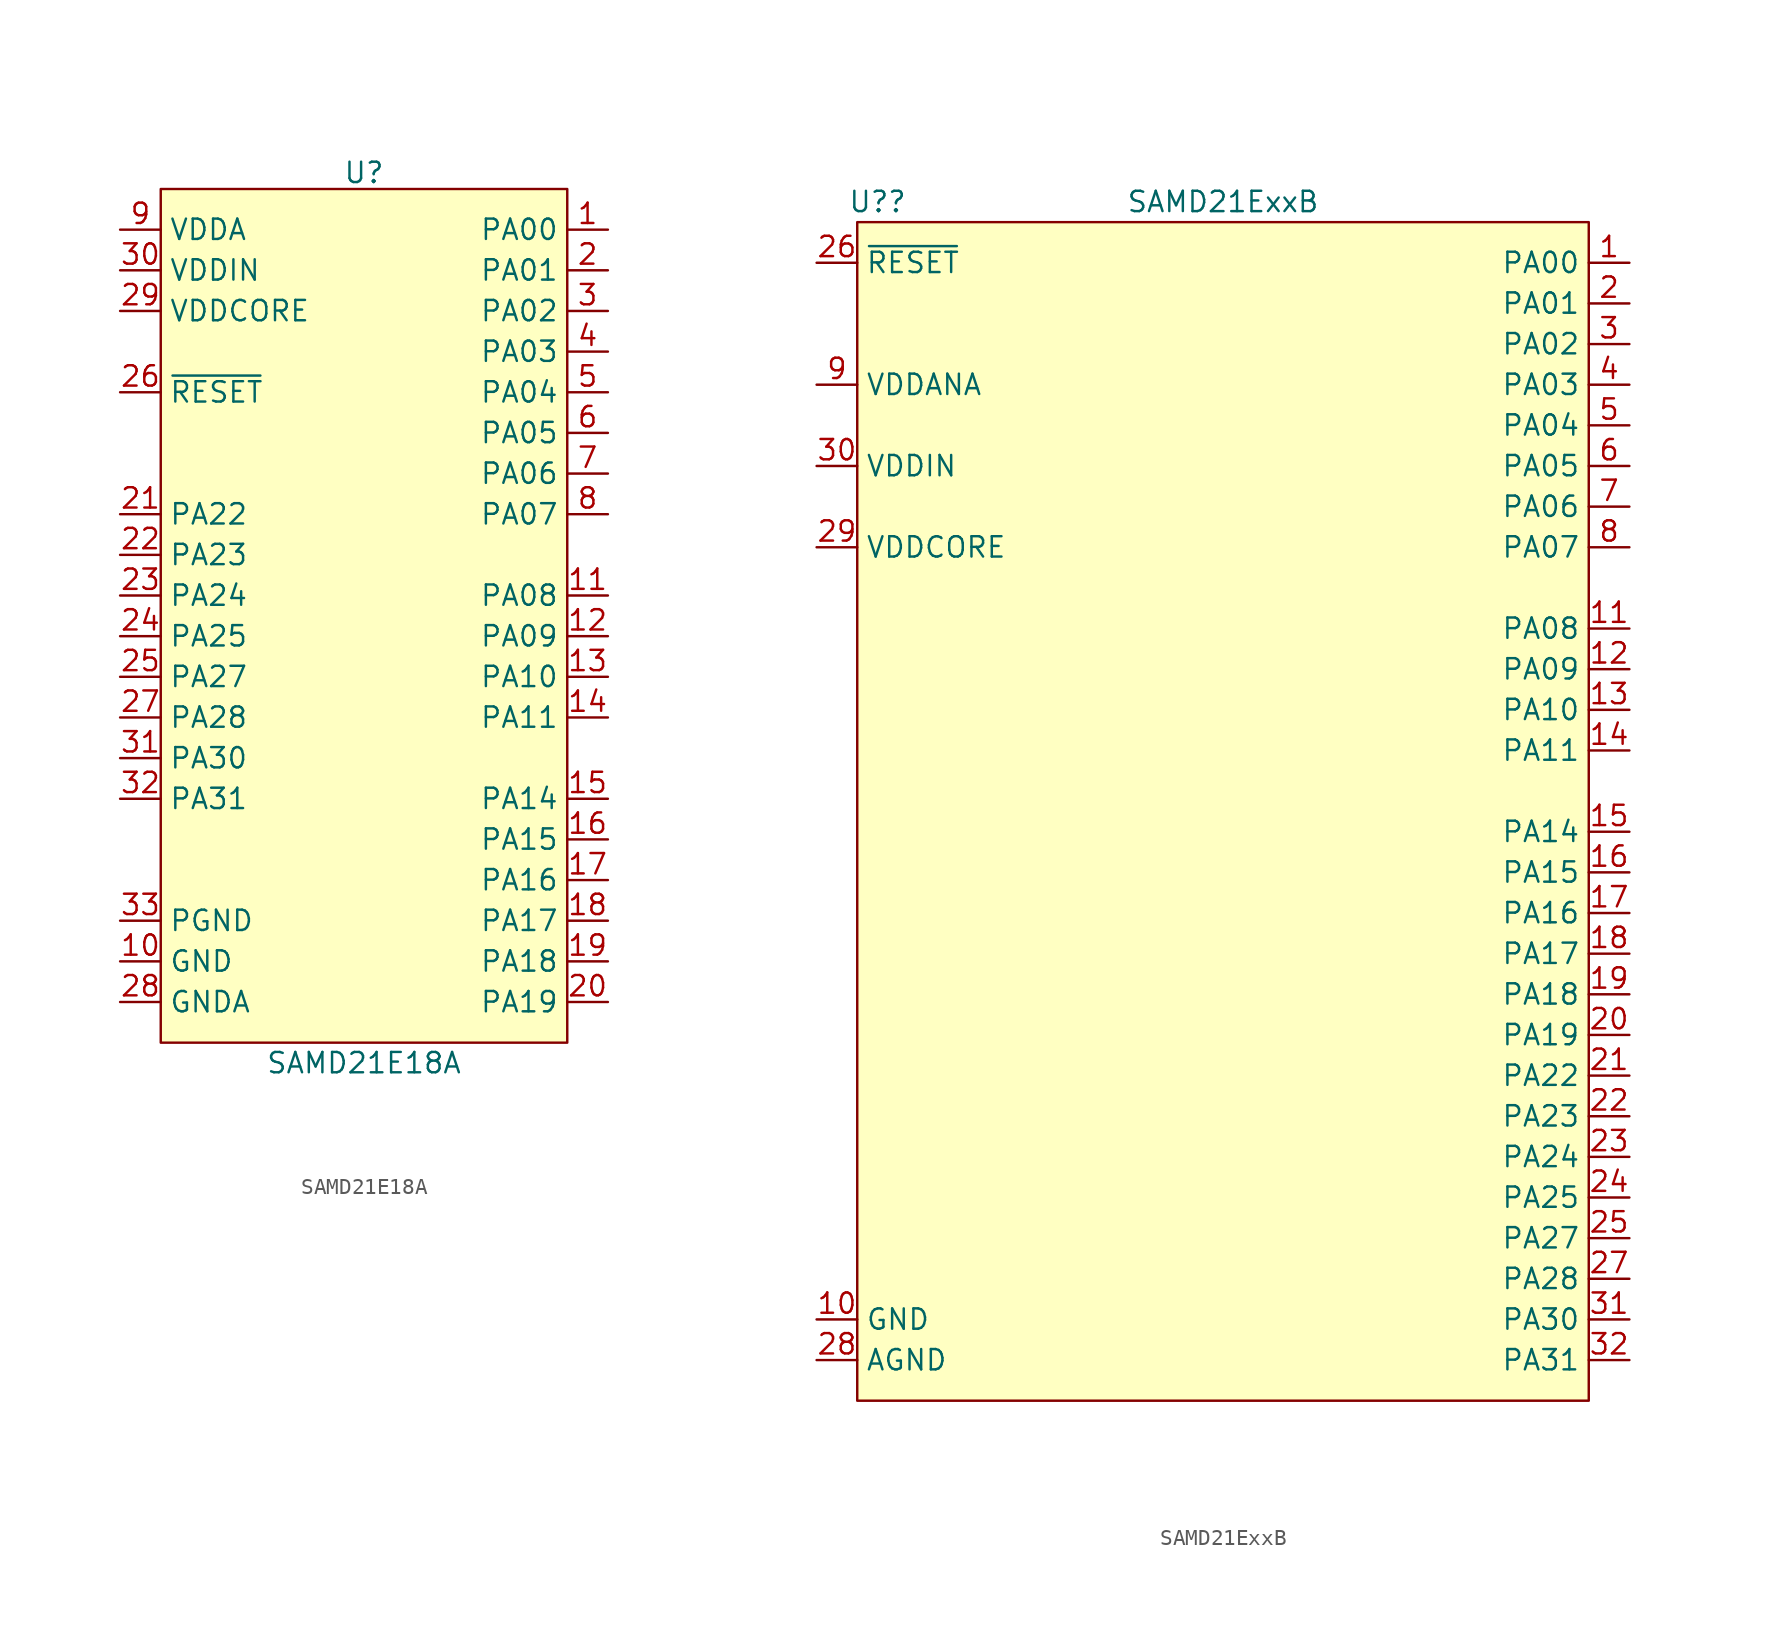
<source format=kicad_sym>
(kicad_symbol_lib
  (version 20231120)
  (generator "kicad_symbol_editor")
  (generator_version "8.0")
  (symbol "SAMD21E18A"
    (property "Reference" "U"
      (at 0 27.686 0)
      (do_not_autoplace)
      (effects (font (size 1.27 1.27))))
    (property "Value" "SAMD21E18A"
      (at 0 -27.94 0)
      (do_not_autoplace)
      (effects (font (size 1.27 1.27))))
    (symbol "SAMD21E18A_0_0"
      (pin passive line (at -15.24 -21.59 0) (length 2.54) (name "GND" (effects (font (size 1.27 1.27)))) (number "10" (effects (font (size 1.27 1.27)))))
      (pin input line (at -15.24 13.97 0) (length 2.54) (name "~{RESET}" (effects (font (size 1.27 1.27)))) (number "26" (effects (font (size 1.27 1.27)))))
      (pin power_out line (at -15.24 19.05 0) (length 2.54) (name "VDDCORE" (effects (font (size 1.27 1.27)))) (number "29" (effects (font (size 1.27 1.27)))))
      (pin power_in line (at -15.24 21.59 0) (length 2.54) (name "VDDIN" (effects (font (size 1.27 1.27)))) (number "30" (effects (font (size 1.27 1.27))))))
    (symbol "SAMD21E18A_1_0"
      (pin bidirectional line (at 15.24 24.13 180) (length 2.54) (name "PA00" (effects (font (size 1.27 1.27)))) (number "1" (effects (font (size 1.27 1.27)))) (alternate "EINT0" input line) (alternate "SERCOM1.0" bidirectional line))
      (pin bidirectional line (at 15.24 1.27 180) (length 2.54) (name "PA08" (effects (font (size 1.27 1.27)))) (number "11" (effects (font (size 1.27 1.27)))) (alternate "AIN16" bidirectional line) (alternate "I2C" bidirectional line) (alternate "I2SD1" bidirectional line) (alternate "SERCOM0+2.0" bidirectional line))
      (pin bidirectional line (at 15.24 -1.27 180) (length 2.54) (name "PA09" (effects (font (size 1.27 1.27)))) (number "12" (effects (font (size 1.27 1.27)))) (alternate "AIN17" bidirectional line) (alternate "EINT9" input line) (alternate "I2C" bidirectional line) (alternate "I2SMC" bidirectional line) (alternate "SERCOM0+2.1" bidirectional line))
      (pin bidirectional line (at 15.24 -3.81 180) (length 2.54) (name "PA10" (effects (font (size 1.27 1.27)))) (number "13" (effects (font (size 1.27 1.27)))) (alternate "AIN17" bidirectional line) (alternate "EINT10" input line) (alternate "I2C" bidirectional line) (alternate "SERCOM0+2.1/I2SMC" bidirectional line))
      (pin bidirectional line (at 15.24 -6.35 180) (length 2.54) (name "PA11" (effects (font (size 1.27 1.27)))) (number "14" (effects (font (size 1.27 1.27)))) (alternate "AIN19" bidirectional line) (alternate "EINT11" input line) (alternate "I2SF0" bidirectional line) (alternate "SERCOM0+2.3" bidirectional line))
      (pin bidirectional line (at 15.24 -11.43 180) (length 2.54) (name "PA14" (effects (font (size 1.27 1.27)))) (number "15" (effects (font (size 1.27 1.27)))) (alternate "EINT14" input line) (alternate "SERCOM2+4.2" bidirectional line))
      (pin bidirectional line (at 15.24 -13.97 180) (length 2.54) (name "PA15" (effects (font (size 1.27 1.27)))) (number "16" (effects (font (size 1.27 1.27)))) (alternate "EINT15" input line) (alternate "SERCOM3+4.3" bidirectional line))
      (pin bidirectional line (at 15.24 -16.51 180) (length 2.54) (name "PA16" (effects (font (size 1.27 1.27)))) (number "17" (effects (font (size 1.27 1.27)))) (alternate "EINT0" input line) (alternate "I2C" bidirectional line) (alternate "SERCOM1+3.0" bidirectional line))
      (pin bidirectional line (at 15.24 -19.05 180) (length 2.54) (name "PA17" (effects (font (size 1.27 1.27)))) (number "18" (effects (font (size 1.27 1.27)))) (alternate "EINT1" input line) (alternate "I2C" bidirectional line) (alternate "SERCOM1+3.2" bidirectional line))
      (pin bidirectional line (at 15.24 -21.59 180) (length 2.54) (name "PA18" (effects (font (size 1.27 1.27)))) (number "19" (effects (font (size 1.27 1.27)))) (alternate "EINT2" input line) (alternate "SERCOM1+3.2" bidirectional line))
      (pin bidirectional line (at 15.24 21.59 180) (length 2.54) (name "PA01" (effects (font (size 1.27 1.27)))) (number "2" (effects (font (size 1.27 1.27)))) (alternate "EINT1" input line) (alternate "SERCOM1.1" bidirectional line))
      (pin bidirectional line (at 15.24 -24.13 180) (length 2.54) (name "PA19" (effects (font (size 1.27 1.27)))) (number "20" (effects (font (size 1.27 1.27)))) (alternate "EINT3" input line) (alternate "I2SD0" bidirectional line) (alternate "SERCOM1+3.3" bidirectional line))
      (pin bidirectional line (at -15.24 6.35 0) (length 2.54) (name "PA22" (effects (font (size 1.27 1.27)))) (number "21" (effects (font (size 1.27 1.27)))) (alternate "EINT6" input line) (alternate "I2C" bidirectional line) (alternate "SERCOM3+5.0" bidirectional line))
      (pin bidirectional line (at -15.24 3.81 0) (length 2.54) (name "PA23" (effects (font (size 1.27 1.27)))) (number "22" (effects (font (size 1.27 1.27)))) (alternate "EINT7" input line) (alternate "I2C" bidirectional line) (alternate "SERCOM3+5.1" bidirectional line) (alternate "SOF" bidirectional line))
      (pin bidirectional line (at -15.24 1.27 0) (length 2.54) (name "PA24" (effects (font (size 1.27 1.27)))) (number "23" (effects (font (size 1.27 1.27)))) (alternate "D-" bidirectional line) (alternate "EINT12" input line) (alternate "SERCOM3+5.2" bidirectional line))
      (pin bidirectional line (at -15.24 -1.27 0) (length 2.54) (name "PA25" (effects (font (size 1.27 1.27)))) (number "24" (effects (font (size 1.27 1.27)))) (alternate "D+" bidirectional line) (alternate "EINT13" input line) (alternate "SERCOM3+5.3" bidirectional line))
      (pin bidirectional line (at -15.24 -3.81 0) (length 2.54) (name "PA27" (effects (font (size 1.27 1.27)))) (number "25" (effects (font (size 1.27 1.27)))) (alternate "EINT15" input line))
      (pin bidirectional line (at -15.24 -6.35 0) (length 2.54) (name "PA28" (effects (font (size 1.27 1.27)))) (number "27" (effects (font (size 1.27 1.27)))) (alternate "EINT8" input line))
      (pin passive line (at -15.24 -24.13 0) (length 2.54) (name "GNDA" (effects (font (size 1.27 1.27)))) (number "28" (effects (font (size 1.27 1.27)))))
      (pin bidirectional line (at 15.24 19.05 180) (length 2.54) (name "PA02" (effects (font (size 1.27 1.27)))) (number "3" (effects (font (size 1.27 1.27)))) (alternate "AIN0" bidirectional line) (alternate "EINT2" input line) (alternate "VOUT" power_out line) (alternate "Y0" bidirectional line))
      (pin bidirectional line (at -15.24 -8.89 0) (length 2.54) (name "PA30" (effects (font (size 1.27 1.27)))) (number "31" (effects (font (size 1.27 1.27)))) (alternate "EINT10" bidirectional line) (alternate "SERCOM1.2" bidirectional line) (alternate "SWCLK" bidirectional line))
      (pin bidirectional line (at -15.24 -11.43 0) (length 2.54) (name "PA31" (effects (font (size 1.27 1.27)))) (number "32" (effects (font (size 1.27 1.27)))) (alternate "EINT11" input line) (alternate "SERCOM1.3" bidirectional line) (alternate "SWDIO" bidirectional line))
      (pin passive line (at -15.24 -19.05 0) (length 2.54) (name "PGND" (effects (font (size 1.27 1.27)))) (number "33" (effects (font (size 1.27 1.27)))))
      (pin bidirectional line (at 15.24 16.51 180) (length 2.54) (name "PA03" (effects (font (size 1.27 1.27)))) (number "4" (effects (font (size 1.27 1.27)))) (alternate "AIN1" bidirectional line) (alternate "EINT3" input line) (alternate "VREFA" power_out line))
      (pin bidirectional line (at 15.24 13.97 180) (length 2.54) (name "PA04" (effects (font (size 1.27 1.27)))) (number "5" (effects (font (size 1.27 1.27)))) (alternate "AIN4" bidirectional line) (alternate "EINT4" input line) (alternate "SERCOM0.0" bidirectional line) (alternate "VREFB" power_out line))
      (pin bidirectional line (at 15.24 11.43 180) (length 2.54) (name "PA05" (effects (font (size 1.27 1.27)))) (number "6" (effects (font (size 1.27 1.27)))) (alternate "AIN5" bidirectional line) (alternate "EINT5" input line) (alternate "SERCOM0.1" bidirectional line))
      (pin bidirectional line (at 15.24 8.89 180) (length 2.54) (name "PA06" (effects (font (size 1.27 1.27)))) (number "7" (effects (font (size 1.27 1.27)))) (alternate "AIN6" bidirectional line) (alternate "EINT6" input line) (alternate "SERCOM0.2" bidirectional line))
      (pin bidirectional line (at 15.24 6.35 180) (length 2.54) (name "PA07" (effects (font (size 1.27 1.27)))) (number "8" (effects (font (size 1.27 1.27)))) (alternate "AIN7" bidirectional line) (alternate "EINT7" input line) (alternate "I2SD0" bidirectional line) (alternate "SERCOM0.3" bidirectional line))
      (pin power_in line (at -15.24 24.13 0) (length 2.54) (name "VDDA" (effects (font (size 1.27 1.27)))) (number "9" (effects (font (size 1.27 1.27))))))
    (symbol "SAMD21E18A_1_1"
      (rectangle (start -12.7 26.67) (end 12.7 -26.67) (stroke (width 0) (type default)) (fill (type background)))))
  (symbol "SAMD21ExxB"
    (property "Reference" "U?"
      (at -21.59 38.1 0)
      (effects (font (size 1.27 1.27))))
    (property "Value" "SAMD21ExxB"
      (at 0 38.1 0)
      (effects (font (size 1.27 1.27))))
    (symbol "SAMD21ExxB_0_0"
      (pin passive line (at -25.4 -31.75 0) (length 2.54) (name "GND" (effects (font (size 1.27 1.27)))) (number "10" (effects (font (size 1.27 1.27)))))
      (pin power_out line (at -25.4 16.51 0) (length 2.54) (name "VDDCORE" (effects (font (size 1.27 1.27)))) (number "29" (effects (font (size 1.27 1.27)))))
      (pin power_in line (at -25.4 21.59 0) (length 2.54) (name "VDDIN" (effects (font (size 1.27 1.27)))) (number "30" (effects (font (size 1.27 1.27)))))
      (pin power_in line (at -25.4 26.67 0) (length 2.54) (name "VDDANA" (effects (font (size 1.27 1.27)))) (number "9" (effects (font (size 1.27 1.27))))))
    (symbol "SAMD21ExxB_1_0"
      (pin bidirectional line (at 25.4 34.29 180) (length 2.54) (name "PA00" (effects (font (size 1.27 1.27)))) (number "1" (effects (font (size 1.27 1.27)))) (alternate "ETINT0" input line) (alternate "SERCOM1.0" bidirectional line) (alternate "XIN32" input clock))
      (pin bidirectional line (at 25.4 11.43 180) (length 2.54) (name "PA08" (effects (font (size 1.27 1.27)))) (number "11" (effects (font (size 1.27 1.27)))) (alternate "AIN16" input line) (alternate "I2SD1" bidirectional line) (alternate "SDA0" bidirectional line) (alternate "SERCOM0.0" bidirectional line) (alternate "SERCOM2.0" bidirectional line))
      (pin bidirectional line (at 25.4 8.89 180) (length 2.54) (name "PA09" (effects (font (size 1.27 1.27)))) (number "12" (effects (font (size 1.27 1.27)))) (alternate "AIN17" input line) (alternate "EINT9" input line) (alternate "I2SMC" input clock) (alternate "SCL0" output clock) (alternate "SERCOM0.1" bidirectional line) (alternate "SERCOM2.1" bidirectional line))
      (pin bidirectional line (at 25.4 6.35 180) (length 2.54) (name "PA10" (effects (font (size 1.27 1.27)))) (number "13" (effects (font (size 1.27 1.27)))) (alternate "AIN18" input line) (alternate "EINT10" input line) (alternate "I2SCK" bidirectional line) (alternate "SERCOM0.2" bidirectional line) (alternate "SERCOM2.2" bidirectional line))
      (pin bidirectional line (at 25.4 3.81 180) (length 2.54) (name "PA11" (effects (font (size 1.27 1.27)))) (number "14" (effects (font (size 1.27 1.27)))) (alternate "AIN19" input line) (alternate "EINT11" input line) (alternate "I2SF0" bidirectional line) (alternate "SERCOM0.3" bidirectional line) (alternate "SERCOM2.3" bidirectional line))
      (pin bidirectional line (at 25.4 -1.27 180) (length 2.54) (name "PA14" (effects (font (size 1.27 1.27)))) (number "15" (effects (font (size 1.27 1.27)))) (alternate "EINT14" input line) (alternate "SERCOM2.2" bidirectional line) (alternate "SERCOM4.2" bidirectional line) (alternate "XIN" input clock))
      (pin bidirectional line (at 25.4 -3.81 180) (length 2.54) (name "PA15" (effects (font (size 1.27 1.27)))) (number "16" (effects (font (size 1.27 1.27)))) (alternate "EINT15" input line) (alternate "SERCOM2.3" bidirectional line) (alternate "SERCOM4.3" bidirectional line) (alternate "XOUT" output clock))
      (pin bidirectional line (at 25.4 -6.35 180) (length 2.54) (name "PA16" (effects (font (size 1.27 1.27)))) (number "17" (effects (font (size 1.27 1.27)))) (alternate "EINT0" input line) (alternate "SDA1" bidirectional line) (alternate "SERCOM1.0" bidirectional line) (alternate "SERCOM3.0" bidirectional line))
      (pin bidirectional line (at 25.4 -8.89 180) (length 2.54) (name "PA17" (effects (font (size 1.27 1.27)))) (number "18" (effects (font (size 1.27 1.27)))) (alternate "EINT1" input line) (alternate "SCL1" output clock) (alternate "SERCOM1.1" bidirectional line) (alternate "SERCOM3.1" bidirectional line))
      (pin bidirectional line (at 25.4 -11.43 180) (length 2.54) (name "PA18" (effects (font (size 1.27 1.27)))) (number "19" (effects (font (size 1.27 1.27)))) (alternate "EINT2" input line) (alternate "SERCOM1.2" bidirectional line) (alternate "SERCOM3.2" bidirectional line))
      (pin bidirectional line (at 25.4 31.75 180) (length 2.54) (name "PA01" (effects (font (size 1.27 1.27)))) (number "2" (effects (font (size 1.27 1.27)))) (alternate "EINT1" input line) (alternate "SERCOM1.1" bidirectional line) (alternate "XOUT32" output clock))
      (pin bidirectional line (at 25.4 -13.97 180) (length 2.54) (name "PA19" (effects (font (size 1.27 1.27)))) (number "20" (effects (font (size 1.27 1.27)))) (alternate "EINT3" input line) (alternate "I2SD0" bidirectional line) (alternate "SERCOM1.3" bidirectional line) (alternate "SERCOM3.3" bidirectional line))
      (pin bidirectional line (at 25.4 -16.51 180) (length 2.54) (name "PA22" (effects (font (size 1.27 1.27)))) (number "21" (effects (font (size 1.27 1.27)))) (alternate "EINT6" input line) (alternate "SDA2" bidirectional line) (alternate "SERCOM3.0" bidirectional line) (alternate "SERCOM5.0" bidirectional line))
      (pin bidirectional line (at 25.4 -19.05 180) (length 2.54) (name "PA23" (effects (font (size 1.27 1.27)))) (number "22" (effects (font (size 1.27 1.27)))) (alternate "EINT7" input line) (alternate "SCL2" output clock) (alternate "SERCOM3.1" bidirectional line) (alternate "SERCOM5.1" bidirectional line) (alternate "SOF" bidirectional line))
      (pin bidirectional line (at 25.4 -21.59 180) (length 2.54) (name "PA24" (effects (font (size 1.27 1.27)))) (number "23" (effects (font (size 1.27 1.27)))) (alternate "D-" bidirectional line) (alternate "EINT12" input line) (alternate "SERCOM3.2" bidirectional line) (alternate "SERCOM5.2" bidirectional line))
      (pin bidirectional line (at 25.4 -24.13 180) (length 2.54) (name "PA25" (effects (font (size 1.27 1.27)))) (number "24" (effects (font (size 1.27 1.27)))) (alternate "D+" bidirectional line) (alternate "EINT13" input line) (alternate "SERCOM3.3" bidirectional line) (alternate "SERCOM5.3" bidirectional line))
      (pin bidirectional line (at 25.4 -26.67 180) (length 2.54) (name "PA27" (effects (font (size 1.27 1.27)))) (number "25" (effects (font (size 1.27 1.27)))) (alternate "EINT15" input line))
      (pin input line (at -25.4 34.29 0) (length 2.54) (name "~{RESET}" (effects (font (size 1.27 1.27)))) (number "26" (effects (font (size 1.27 1.27)))))
      (pin bidirectional line (at 25.4 -29.21 180) (length 2.54) (name "PA28" (effects (font (size 1.27 1.27)))) (number "27" (effects (font (size 1.27 1.27)))) (alternate "EXTINT8" input line) (alternate "GCLK_IO0" output line) (alternate "TCC3/WO7" bidirectional line))
      (pin passive line (at -25.4 -34.29 0) (length 2.54) (name "AGND" (effects (font (size 1.27 1.27)))) (number "28" (effects (font (size 1.27 1.27)))))
      (pin bidirectional line (at 25.4 29.21 180) (length 2.54) (name "PA02" (effects (font (size 1.27 1.27)))) (number "3" (effects (font (size 1.27 1.27)))) (alternate "AIN0" input line) (alternate "EINT2" input line) (alternate "VOUT" power_out line))
      (pin bidirectional line (at 25.4 -31.75 180) (length 2.54) (name "PA30" (effects (font (size 1.27 1.27)))) (number "31" (effects (font (size 1.27 1.27)))) (alternate "EINT10" input line) (alternate "SERCOM1.2" bidirectional line) (alternate "SWCLK" input clock))
      (pin bidirectional line (at 25.4 -34.29 180) (length 2.54) (name "PA31" (effects (font (size 1.27 1.27)))) (number "32" (effects (font (size 1.27 1.27)))) (alternate "EINT10" input line) (alternate "SERCOM1.3" bidirectional line) (alternate "SWDIO" bidirectional line))
      (pin bidirectional line (at 25.4 26.67 180) (length 2.54) (name "PA03" (effects (font (size 1.27 1.27)))) (number "4" (effects (font (size 1.27 1.27)))) (alternate "AIN1" bidirectional line) (alternate "EINT3" input line) (alternate "VREFA" output line))
      (pin bidirectional line (at 25.4 24.13 180) (length 2.54) (name "PA04" (effects (font (size 1.27 1.27)))) (number "5" (effects (font (size 1.27 1.27)))) (alternate "AIN4" input line) (alternate "EINT4" input line) (alternate "SERCOM0.0" bidirectional line) (alternate "VREFB" output line))
      (pin bidirectional line (at 25.4 21.59 180) (length 2.54) (name "PA05" (effects (font (size 1.27 1.27)))) (number "6" (effects (font (size 1.27 1.27)))) (alternate "AIN5" input line) (alternate "EINT5" input line) (alternate "SERCOM0.1" bidirectional line))
      (pin bidirectional line (at 25.4 19.05 180) (length 2.54) (name "PA06" (effects (font (size 1.27 1.27)))) (number "7" (effects (font (size 1.27 1.27)))) (alternate "AIN6" input line) (alternate "EINT6" input line) (alternate "SERCOM0.2" bidirectional line))
      (pin bidirectional line (at 25.4 16.51 180) (length 2.54) (name "PA07" (effects (font (size 1.27 1.27)))) (number "8" (effects (font (size 1.27 1.27)))) (alternate "AIN7" input line) (alternate "EINT7" input line) (alternate "I2SD0" bidirectional line) (alternate "SERCOM0.3" bidirectional line)))
    (symbol "SAMD21ExxB_1_1"
      (rectangle (start -22.86 36.83) (end 22.86 -36.83) (stroke (width 0) (type default)) (fill (type background))))))
</source>
